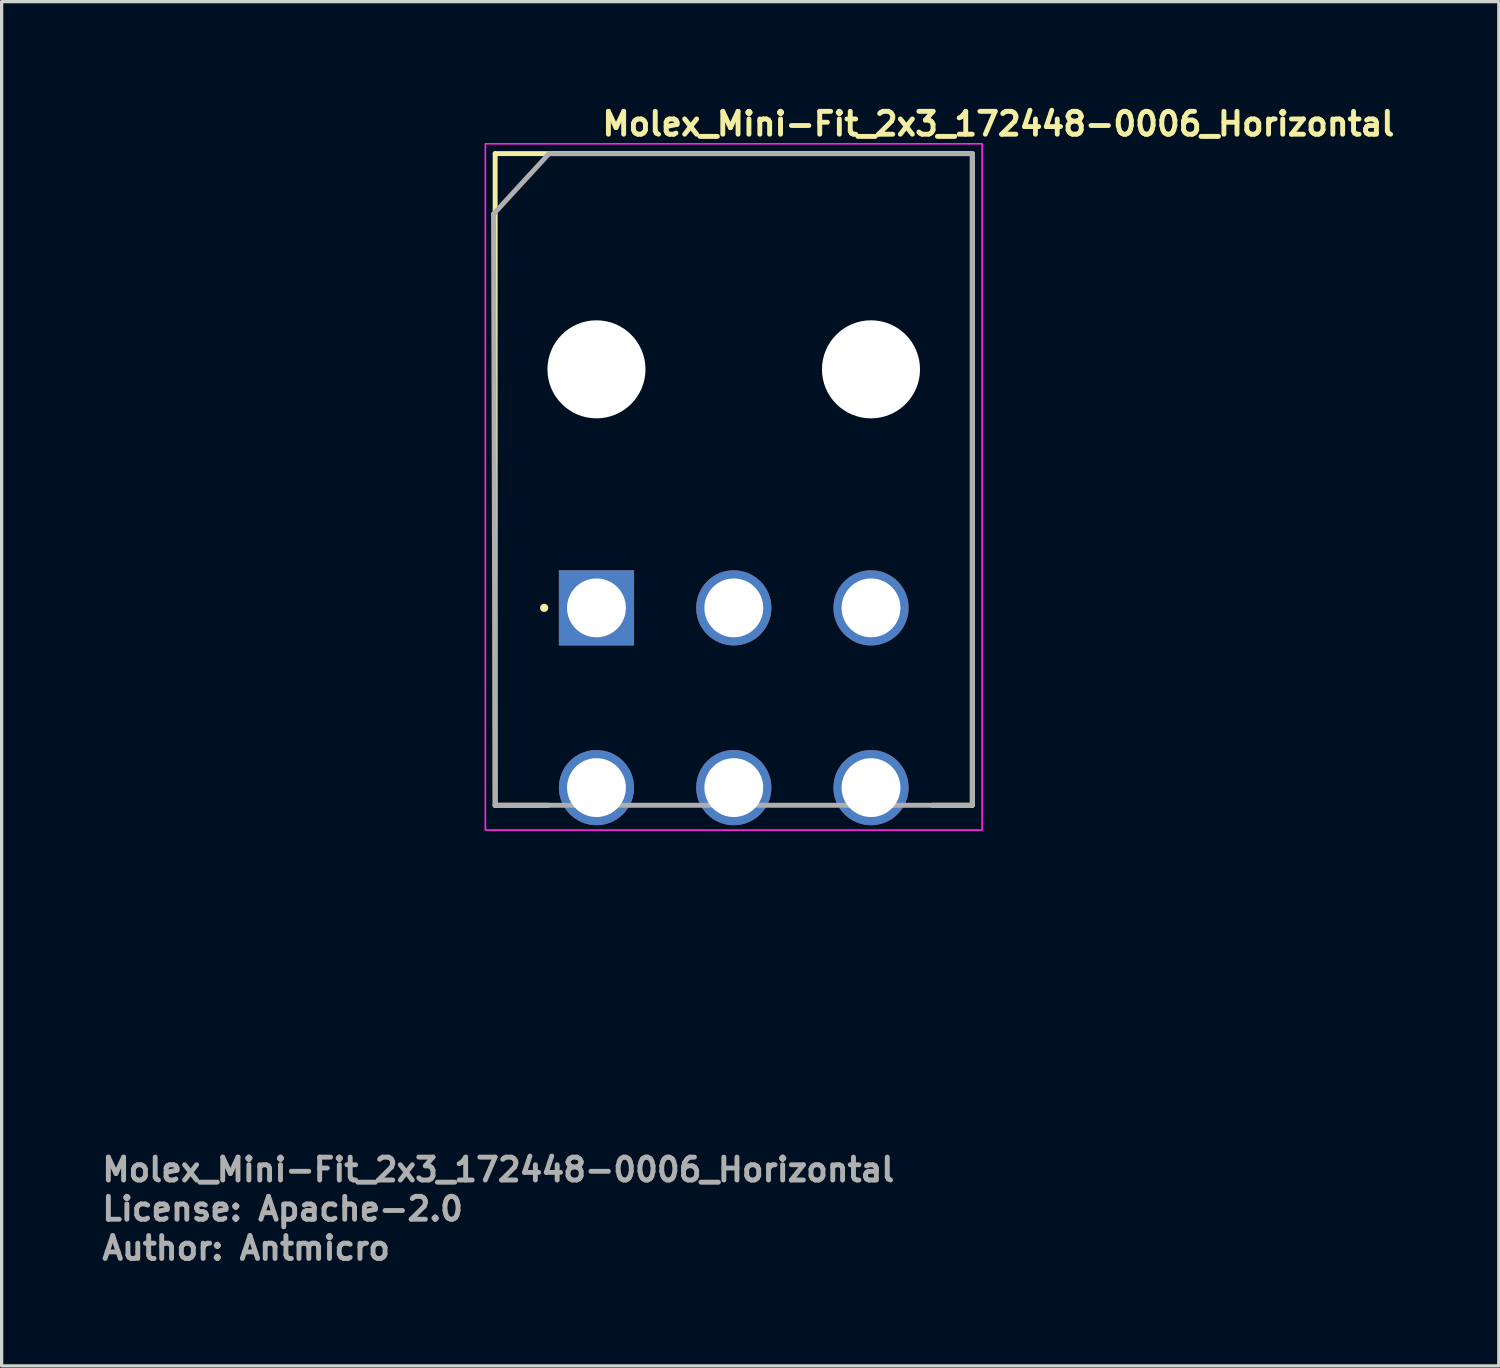
<source format=kicad_pcb>
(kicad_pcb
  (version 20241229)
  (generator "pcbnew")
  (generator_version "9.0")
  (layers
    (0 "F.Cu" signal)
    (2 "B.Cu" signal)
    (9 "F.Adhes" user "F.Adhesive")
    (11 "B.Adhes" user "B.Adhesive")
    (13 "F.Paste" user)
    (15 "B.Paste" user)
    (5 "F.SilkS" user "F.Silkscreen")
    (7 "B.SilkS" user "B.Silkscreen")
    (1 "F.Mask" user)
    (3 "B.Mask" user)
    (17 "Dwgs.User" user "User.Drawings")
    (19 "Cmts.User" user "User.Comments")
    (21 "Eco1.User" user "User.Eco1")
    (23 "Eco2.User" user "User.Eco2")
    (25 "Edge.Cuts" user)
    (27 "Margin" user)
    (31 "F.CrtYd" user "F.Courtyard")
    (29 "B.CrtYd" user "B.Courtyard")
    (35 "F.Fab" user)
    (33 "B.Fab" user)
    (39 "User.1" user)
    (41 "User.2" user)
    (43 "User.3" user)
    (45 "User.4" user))
  (footprint "Molex_Mini-Fit_2x3_172448-0006_Horizontal"
    (layer "F.Cu")
    (at 15.301 15.55)
    (property "Reference" "Molex_Mini-Fit_2x3_172448-0006_Horizontal" (at 0 -14.4 0) (layer "F.SilkS") (effects (font (size 0.7 0.7) (thickness 0.15)) (justify left bottom)))
    (attr through_hole)
    (fp_circle (center -0.1 -7.299) (end -0.888 -7.299) (stroke (width 1.576) (type solid)) (fill no) (layer "F.Mask"))
    (fp_circle (center 8.3 -7.299) (end 7.512 -7.299) (stroke (width 1.576) (type solid)) (fill no) (layer "F.Mask"))
    (fp_circle (center -0.1 -7.299) (end -0.888 -7.299) (stroke (width 1.576) (type solid)) (fill no) (layer "B.Mask"))
    (fp_circle (center 8.3 -7.299) (end 7.512 -7.299) (stroke (width 1.576) (type solid)) (fill no) (layer "B.Mask"))
    (fp_line (start -3.2 -13.9) (end 11.4 -13.9) (stroke (width 0.15) (type solid)) (layer "F.SilkS"))
    (fp_line (start -3.2 6.04) (end -3.2 -13.9) (stroke (width 0.15) (type solid)) (layer "F.SilkS"))
    (fp_line (start -3.2 6.04) (end -1.575 6.04) (stroke (width 0.15) (type solid)) (layer "F.SilkS"))
    (fp_line (start 11.4 -13.9) (end 11.4 6.04) (stroke (width 0.15) (type solid)) (layer "F.SilkS"))
    (fp_line (start 11.4 6.04) (end 10.176 6.04) (stroke (width 0.15) (type solid)) (layer "F.SilkS"))
    (fp_circle (center -1.7 0) (end -1.75 0) (stroke (width 0.15) (type solid)) (fill yes) (layer "F.SilkS"))
    (fp_rect (start 11.7 6.8) (end -3.5 -14.2) (stroke (width 0.05) (type solid)) (fill no) (layer "F.CrtYd"))
    (fp_line (start -3.25 -12.05) (end -1.55 -13.9) (stroke (width 0.15) (type solid)) (layer "F.Fab"))
    (fp_line (start -3.2 6.04) (end -3.25 -12.05) (stroke (width 0.15) (type solid)) (layer "F.Fab"))
    (fp_line (start -1.55 -13.9) (end 11.4 -13.9) (stroke (width 0.15) (type solid)) (layer "F.Fab"))
    (fp_line (start 11.4 -13.9) (end 11.4 6.04) (stroke (width 0.15) (type solid)) (layer "F.Fab"))
    (fp_line (start 11.4 6.04) (end -3.2 6.04) (stroke (width 0.15) (type solid)) (layer "F.Fab"))
    (fp_rect (start 11 6.035) (end -3.2 -13.9) (stroke (width 0.1) (type solid)) (fill no) (layer "User.5"))
    (fp_line (start -3.2 -13.9) (end -3.2 -1.1) (stroke (width 0.02) (type solid)) (layer "User.9"))
    (fp_line (start -3.082 -13.9) (end -3.2 -13.9) (stroke (width 0.02) (type solid)) (layer "User.9"))
    (fp_line (start -3.082 -13.9) (end -3.082 -13.9) (stroke (width 0.02) (type solid)) (layer "User.9"))
    (fp_line (start -3.082 -1.1) (end -3.2 -1.1) (stroke (width 0.02) (type solid)) (layer "User.9"))
    (fp_line (start -3.082 -1.1) (end -3.082 -1.1) (stroke (width 0.02) (type solid)) (layer "User.9"))
    (fp_line (start -2.8 -13.9) (end -3.082 -13.9) (stroke (width 0.02) (type solid)) (layer "User.9"))
    (fp_line (start -2.8 -13.9) (end -2.712 -13.9) (stroke (width 0.02) (type solid)) (layer "User.9"))
    (fp_line (start -2.8 -1.1) (end -3.082 -1.1) (stroke (width 0.02) (type solid)) (layer "User.9"))
    (fp_line (start -2.8 -1.1) (end -2.8 -13.9) (stroke (width 0.02) (type solid)) (layer "User.9"))
    (fp_line (start -2.712 -13.9) (end -2.712 -13.9) (stroke (width 0.02) (type solid)) (layer "User.9"))
    (fp_line (start -2.712 -13.9) (end -2.5 -13.9) (stroke (width 0.02) (type solid)) (layer "User.9"))
    (fp_line (start -2.712 -1.1) (end -2.8 -1.1) (stroke (width 0.02) (type solid)) (layer "User.9"))
    (fp_line (start -2.712 -1.1) (end -2.712 -1.1) (stroke (width 0.02) (type solid)) (layer "User.9"))
    (fp_line (start -2.5 -1.1) (end -2.712 -1.1) (stroke (width 0.02) (type solid)) (layer "User.9"))
    (fp_line (start -0.635 -1.1) (end -0.635 4.465) (stroke (width 0.02) (type solid)) (layer "User.9"))
    (fp_line (start -0.635 4.465) (end -0.635 4.983) (stroke (width 0.02) (type solid)) (layer "User.9"))
    (fp_line (start -0.635 4.983) (end -0.635 4.983) (stroke (width 0.02) (type solid)) (layer "User.9"))
    (fp_line (start -0.635 4.983) (end -0.635 5.146) (stroke (width 0.02) (type solid)) (layer "User.9"))
    (fp_line (start -0.635 5.146) (end -0.635 5.146) (stroke (width 0.02) (type solid)) (layer "User.9"))
    (fp_line (start -0.635 5.146) (end -0.635 5.3) (stroke (width 0.02) (type solid)) (layer "User.9"))
    (fp_line (start -0.635 5.3) (end -0.635 5.3) (stroke (width 0.02) (type solid)) (layer "User.9"))
    (fp_line (start -0.635 5.3) (end -0.635 5.443) (stroke (width 0.02) (type solid)) (layer "User.9"))
    (fp_line (start -0.635 5.443) (end -0.635 5.443) (stroke (width 0.02) (type solid)) (layer "User.9"))
    (fp_line (start -0.635 5.443) (end -0.635 5.575) (stroke (width 0.02) (type solid)) (layer "User.9"))
    (fp_line (start -0.635 5.575) (end -0.635 5.575) (stroke (width 0.02) (type solid)) (layer "User.9"))
    (fp_line (start -0.635 5.575) (end -0.635 5.692) (stroke (width 0.02) (type solid)) (layer "User.9"))
    (fp_line (start -0.635 5.692) (end -0.635 5.692) (stroke (width 0.02) (type solid)) (layer "User.9"))
    (fp_line (start -0.635 5.692) (end -0.635 5.794) (stroke (width 0.02) (type solid)) (layer "User.9"))
    (fp_line (start -0.635 5.794) (end -0.635 5.794) (stroke (width 0.02) (type solid)) (layer "User.9"))
    (fp_line (start -0.635 5.794) (end -0.635 5.879) (stroke (width 0.02) (type solid)) (layer "User.9"))
    (fp_line (start -0.635 5.879) (end -0.635 5.879) (stroke (width 0.02) (type solid)) (layer "User.9"))
    (fp_line (start -0.635 5.879) (end -0.635 5.946) (stroke (width 0.02) (type solid)) (layer "User.9"))
    (fp_line (start -0.635 5.946) (end -0.635 5.946) (stroke (width 0.02) (type solid)) (layer "User.9"))
    (fp_line (start -0.635 5.946) (end -0.635 5.995) (stroke (width 0.02) (type solid)) (layer "User.9"))
    (fp_line (start -0.635 5.995) (end -0.635 5.995) (stroke (width 0.02) (type solid)) (layer "User.9"))
    (fp_line (start -0.635 5.995) (end -0.635 6.025) (stroke (width 0.02) (type solid)) (layer "User.9"))
    (fp_line (start -0.635 6.025) (end -0.635 6.025) (stroke (width 0.02) (type solid)) (layer "User.9"))
    (fp_line (start -0.635 6.025) (end -0.635 6.035) (stroke (width 0.02) (type solid)) (layer "User.9"))
    (fp_line (start -0.635 6.035) (end 0.435 6.035) (stroke (width 0.02) (type solid)) (layer "User.9"))
    (fp_line (start 0.435 -1.1) (end 0.435 4.465) (stroke (width 0.02) (type solid)) (layer "User.9"))
    (fp_line (start 0.435 4.465) (end 0.435 4.983) (stroke (width 0.02) (type solid)) (layer "User.9"))
    (fp_line (start 0.435 4.983) (end 0.435 4.983) (stroke (width 0.02) (type solid)) (layer "User.9"))
    (fp_line (start 0.435 4.983) (end 0.435 5.146) (stroke (width 0.02) (type solid)) (layer "User.9"))
    (fp_line (start 0.435 5.146) (end 0.435 5.146) (stroke (width 0.02) (type solid)) (layer "User.9"))
    (fp_line (start 0.435 5.146) (end 0.435 5.3) (stroke (width 0.02) (type solid)) (layer "User.9"))
    (fp_line (start 0.435 5.3) (end 0.435 5.3) (stroke (width 0.02) (type solid)) (layer "User.9"))
    (fp_line (start 0.435 5.3) (end 0.435 5.443) (stroke (width 0.02) (type solid)) (layer "User.9"))
    (fp_line (start 0.435 5.443) (end 0.435 5.443) (stroke (width 0.02) (type solid)) (layer "User.9"))
    (fp_line (start 0.435 5.443) (end 0.435 5.575) (stroke (width 0.02) (type solid)) (layer "User.9"))
    (fp_line (start 0.435 5.575) (end 0.435 5.575) (stroke (width 0.02) (type solid)) (layer "User.9"))
    (fp_line (start 0.435 5.575) (end 0.435 5.692) (stroke (width 0.02) (type solid)) (layer "User.9"))
    (fp_line (start 0.435 5.692) (end 0.435 5.692) (stroke (width 0.02) (type solid)) (layer "User.9"))
    (fp_line (start 0.435 5.692) (end 0.435 5.794) (stroke (width 0.02) (type solid)) (layer "User.9"))
    (fp_line (start 0.435 5.794) (end 0.435 5.794) (stroke (width 0.02) (type solid)) (layer "User.9"))
    (fp_line (start 0.435 5.794) (end 0.435 5.879) (stroke (width 0.02) (type solid)) (layer "User.9"))
    (fp_line (start 0.435 5.879) (end 0.435 5.879) (stroke (width 0.02) (type solid)) (layer "User.9"))
    (fp_line (start 0.435 5.879) (end 0.435 5.946) (stroke (width 0.02) (type solid)) (layer "User.9"))
    (fp_line (start 0.435 5.946) (end 0.435 5.946) (stroke (width 0.02) (type solid)) (layer "User.9"))
    (fp_line (start 0.435 5.946) (end 0.435 5.995) (stroke (width 0.02) (type solid)) (layer "User.9"))
    (fp_line (start 0.435 5.995) (end 0.435 5.995) (stroke (width 0.02) (type solid)) (layer "User.9"))
    (fp_line (start 0.435 5.995) (end 0.435 6.025) (stroke (width 0.02) (type solid)) (layer "User.9"))
    (fp_line (start 0.435 6.025) (end 0.435 6.025) (stroke (width 0.02) (type solid)) (layer "User.9"))
    (fp_line (start 0.435 6.025) (end 0.435 6.035) (stroke (width 0.02) (type solid)) (layer "User.9"))
    (fp_line (start 2.4 -13.9) (end -2.5 -13.9) (stroke (width 0.02) (type solid)) (layer "User.9"))
    (fp_line (start 2.4 -11.55) (end 2.4 -13.9) (stroke (width 0.02) (type solid)) (layer "User.9"))
    (fp_line (start 2.4 -10.727) (end 2.4 -11.55) (stroke (width 0.02) (type solid)) (layer "User.9"))
    (fp_line (start 3.565 -1.1) (end 3.565 4.465) (stroke (width 0.02) (type solid)) (layer "User.9"))
    (fp_line (start 3.565 4.465) (end 3.565 4.983) (stroke (width 0.02) (type solid)) (layer "User.9"))
    (fp_line (start 3.565 4.983) (end 3.565 4.983) (stroke (width 0.02) (type solid)) (layer "User.9"))
    (fp_line (start 3.565 4.983) (end 3.565 5.146) (stroke (width 0.02) (type solid)) (layer "User.9"))
    (fp_line (start 3.565 5.146) (end 3.565 5.146) (stroke (width 0.02) (type solid)) (layer "User.9"))
    (fp_line (start 3.565 5.146) (end 3.565 5.3) (stroke (width 0.02) (type solid)) (layer "User.9"))
    (fp_line (start 3.565 5.3) (end 3.565 5.3) (stroke (width 0.02) (type solid)) (layer "User.9"))
    (fp_line (start 3.565 5.3) (end 3.565 5.443) (stroke (width 0.02) (type solid)) (layer "User.9"))
    (fp_line (start 3.565 5.443) (end 3.565 5.443) (stroke (width 0.02) (type solid)) (layer "User.9"))
    (fp_line (start 3.565 5.443) (end 3.565 5.575) (stroke (width 0.02) (type solid)) (layer "User.9"))
    (fp_line (start 3.565 5.575) (end 3.565 5.575) (stroke (width 0.02) (type solid)) (layer "User.9"))
    (fp_line (start 3.565 5.575) (end 3.565 5.692) (stroke (width 0.02) (type solid)) (layer "User.9"))
    (fp_line (start 3.565 5.692) (end 3.565 5.692) (stroke (width 0.02) (type solid)) (layer "User.9"))
    (fp_line (start 3.565 5.692) (end 3.565 5.794) (stroke (width 0.02) (type solid)) (layer "User.9"))
    (fp_line (start 3.565 5.794) (end 3.565 5.794) (stroke (width 0.02) (type solid)) (layer "User.9"))
    (fp_line (start 3.565 5.794) (end 3.565 5.879) (stroke (width 0.02) (type solid)) (layer "User.9"))
    (fp_line (start 3.565 5.879) (end 3.565 5.879) (stroke (width 0.02) (type solid)) (layer "User.9"))
    (fp_line (start 3.565 5.879) (end 3.565 5.946) (stroke (width 0.02) (type solid)) (layer "User.9"))
    (fp_line (start 3.565 5.946) (end 3.565 5.946) (stroke (width 0.02) (type solid)) (layer "User.9"))
    (fp_line (start 3.565 5.946) (end 3.565 5.995) (stroke (width 0.02) (type solid)) (layer "User.9"))
    (fp_line (start 3.565 5.995) (end 3.565 5.995) (stroke (width 0.02) (type solid)) (layer "User.9"))
    (fp_line (start 3.565 5.995) (end 3.565 6.025) (stroke (width 0.02) (type solid)) (layer "User.9"))
    (fp_line (start 3.565 6.025) (end 3.565 6.025) (stroke (width 0.02) (type solid)) (layer "User.9"))
    (fp_line (start 3.565 6.025) (end 3.565 6.035) (stroke (width 0.02) (type solid)) (layer "User.9"))
    (fp_line (start 3.565 6.035) (end 4.635 6.035) (stroke (width 0.02) (type solid)) (layer "User.9"))
    (fp_line (start 4.635 -1.1) (end 4.635 4.465) (stroke (width 0.02) (type solid)) (layer "User.9"))
    (fp_line (start 4.635 4.465) (end 4.635 4.983) (stroke (width 0.02) (type solid)) (layer "User.9"))
    (fp_line (start 4.635 4.983) (end 4.635 4.983) (stroke (width 0.02) (type solid)) (layer "User.9"))
    (fp_line (start 4.635 4.983) (end 4.635 5.146) (stroke (width 0.02) (type solid)) (layer "User.9"))
    (fp_line (start 4.635 5.146) (end 4.635 5.146) (stroke (width 0.02) (type solid)) (layer "User.9"))
    (fp_line (start 4.635 5.146) (end 4.635 5.3) (stroke (width 0.02) (type solid)) (layer "User.9"))
    (fp_line (start 4.635 5.3) (end 4.635 5.3) (stroke (width 0.02) (type solid)) (layer "User.9"))
    (fp_line (start 4.635 5.3) (end 4.635 5.443) (stroke (width 0.02) (type solid)) (layer "User.9"))
    (fp_line (start 4.635 5.443) (end 4.635 5.443) (stroke (width 0.02) (type solid)) (layer "User.9"))
    (fp_line (start 4.635 5.443) (end 4.635 5.575) (stroke (width 0.02) (type solid)) (layer "User.9"))
    (fp_line (start 4.635 5.575) (end 4.635 5.575) (stroke (width 0.02) (type solid)) (layer "User.9"))
    (fp_line (start 4.635 5.575) (end 4.635 5.692) (stroke (width 0.02) (type solid)) (layer "User.9"))
    (fp_line (start 4.635 5.692) (end 4.635 5.692) (stroke (width 0.02) (type solid)) (layer "User.9"))
    (fp_line (start 4.635 5.692) (end 4.635 5.794) (stroke (width 0.02) (type solid)) (layer "User.9"))
    (fp_line (start 4.635 5.794) (end 4.635 5.794) (stroke (width 0.02) (type solid)) (layer "User.9"))
    (fp_line (start 4.635 5.794) (end 4.635 5.879) (stroke (width 0.02) (type solid)) (layer "User.9"))
    (fp_line (start 4.635 5.879) (end 4.635 5.879) (stroke (width 0.02) (type solid)) (layer "User.9"))
    (fp_line (start 4.635 5.879) (end 4.635 5.946) (stroke (width 0.02) (type solid)) (layer "User.9"))
    (fp_line (start 4.635 5.946) (end 4.635 5.946) (stroke (width 0.02) (type solid)) (layer "User.9"))
    (fp_line (start 4.635 5.946) (end 4.635 5.995) (stroke (width 0.02) (type solid)) (layer "User.9"))
    (fp_line (start 4.635 5.995) (end 4.635 5.995) (stroke (width 0.02) (type solid)) (layer "User.9"))
    (fp_line (start 4.635 5.995) (end 4.635 6.025) (stroke (width 0.02) (type solid)) (layer "User.9"))
    (fp_line (start 4.635 6.025) (end 4.635 6.025) (stroke (width 0.02) (type solid)) (layer "User.9"))
    (fp_line (start 4.635 6.025) (end 4.635 6.035) (stroke (width 0.02) (type solid)) (layer "User.9"))
    (fp_line (start 5.8 -13.9) (end 2.4 -13.9) (stroke (width 0.02) (type solid)) (layer "User.9"))
    (fp_line (start 5.8 -11.55) (end 2.4 -11.55) (stroke (width 0.02) (type solid)) (layer "User.9"))
    (fp_line (start 5.8 -11.55) (end 5.8 -13.9) (stroke (width 0.02) (type solid)) (layer "User.9"))
    (fp_line (start 5.8 -10.727) (end 2.4 -10.727) (stroke (width 0.02) (type solid)) (layer "User.9"))
    (fp_line (start 5.8 -10.727) (end 5.8 -11.55) (stroke (width 0.02) (type solid)) (layer "User.9"))
    (fp_line (start 7.765 -1.1) (end 7.765 4.465) (stroke (width 0.02) (type solid)) (layer "User.9"))
    (fp_line (start 7.765 4.465) (end 7.765 4.983) (stroke (width 0.02) (type solid)) (layer "User.9"))
    (fp_line (start 7.765 4.983) (end 7.765 4.983) (stroke (width 0.02) (type solid)) (layer "User.9"))
    (fp_line (start 7.765 4.983) (end 7.765 5.146) (stroke (width 0.02) (type solid)) (layer "User.9"))
    (fp_line (start 7.765 5.146) (end 7.765 5.146) (stroke (width 0.02) (type solid)) (layer "User.9"))
    (fp_line (start 7.765 5.146) (end 7.765 5.3) (stroke (width 0.02) (type solid)) (layer "User.9"))
    (fp_line (start 7.765 5.3) (end 7.765 5.3) (stroke (width 0.02) (type solid)) (layer "User.9"))
    (fp_line (start 7.765 5.3) (end 7.765 5.443) (stroke (width 0.02) (type solid)) (layer "User.9"))
    (fp_line (start 7.765 5.443) (end 7.765 5.443) (stroke (width 0.02) (type solid)) (layer "User.9"))
    (fp_line (start 7.765 5.443) (end 7.765 5.575) (stroke (width 0.02) (type solid)) (layer "User.9"))
    (fp_line (start 7.765 5.575) (end 7.765 5.575) (stroke (width 0.02) (type solid)) (layer "User.9"))
    (fp_line (start 7.765 5.575) (end 7.765 5.692) (stroke (width 0.02) (type solid)) (layer "User.9"))
    (fp_line (start 7.765 5.692) (end 7.765 5.692) (stroke (width 0.02) (type solid)) (layer "User.9"))
    (fp_line (start 7.765 5.692) (end 7.765 5.794) (stroke (width 0.02) (type solid)) (layer "User.9"))
    (fp_line (start 7.765 5.794) (end 7.765 5.794) (stroke (width 0.02) (type solid)) (layer "User.9"))
    (fp_line (start 7.765 5.794) (end 7.765 5.879) (stroke (width 0.02) (type solid)) (layer "User.9"))
    (fp_line (start 7.765 5.879) (end 7.765 5.879) (stroke (width 0.02) (type solid)) (layer "User.9"))
    (fp_line (start 7.765 5.879) (end 7.765 5.946) (stroke (width 0.02) (type solid)) (layer "User.9"))
    (fp_line (start 7.765 5.946) (end 7.765 5.946) (stroke (width 0.02) (type solid)) (layer "User.9"))
    (fp_line (start 7.765 5.946) (end 7.765 5.995) (stroke (width 0.02) (type solid)) (layer "User.9"))
    (fp_line (start 7.765 5.995) (end 7.765 5.995) (stroke (width 0.02) (type solid)) (layer "User.9"))
    (fp_line (start 7.765 5.995) (end 7.765 6.025) (stroke (width 0.02) (type solid)) (layer "User.9"))
    (fp_line (start 7.765 6.025) (end 7.765 6.025) (stroke (width 0.02) (type solid)) (layer "User.9"))
    (fp_line (start 7.765 6.025) (end 7.765 6.035) (stroke (width 0.02) (type solid)) (layer "User.9"))
    (fp_line (start 7.765 6.035) (end 8.835 6.035) (stroke (width 0.02) (type solid)) (layer "User.9"))
    (fp_line (start 8.835 -1.1) (end 8.835 4.465) (stroke (width 0.02) (type solid)) (layer "User.9"))
    (fp_line (start 8.835 4.465) (end 8.835 4.983) (stroke (width 0.02) (type solid)) (layer "User.9"))
    (fp_line (start 8.835 4.983) (end 8.835 4.983) (stroke (width 0.02) (type solid)) (layer "User.9"))
    (fp_line (start 8.835 4.983) (end 8.835 5.146) (stroke (width 0.02) (type solid)) (layer "User.9"))
    (fp_line (start 8.835 5.146) (end 8.835 5.146) (stroke (width 0.02) (type solid)) (layer "User.9"))
    (fp_line (start 8.835 5.146) (end 8.835 5.3) (stroke (width 0.02) (type solid)) (layer "User.9"))
    (fp_line (start 8.835 5.3) (end 8.835 5.3) (stroke (width 0.02) (type solid)) (layer "User.9"))
    (fp_line (start 8.835 5.3) (end 8.835 5.443) (stroke (width 0.02) (type solid)) (layer "User.9"))
    (fp_line (start 8.835 5.443) (end 8.835 5.443) (stroke (width 0.02) (type solid)) (layer "User.9"))
    (fp_line (start 8.835 5.443) (end 8.835 5.575) (stroke (width 0.02) (type solid)) (layer "User.9"))
    (fp_line (start 8.835 5.575) (end 8.835 5.575) (stroke (width 0.02) (type solid)) (layer "User.9"))
    (fp_line (start 8.835 5.575) (end 8.835 5.692) (stroke (width 0.02) (type solid)) (layer "User.9"))
    (fp_line (start 8.835 5.692) (end 8.835 5.692) (stroke (width 0.02) (type solid)) (layer "User.9"))
    (fp_line (start 8.835 5.692) (end 8.835 5.794) (stroke (width 0.02) (type solid)) (layer "User.9"))
    (fp_line (start 8.835 5.794) (end 8.835 5.794) (stroke (width 0.02) (type solid)) (layer "User.9"))
    (fp_line (start 8.835 5.794) (end 8.835 5.879) (stroke (width 0.02) (type solid)) (layer "User.9"))
    (fp_line (start 8.835 5.879) (end 8.835 5.879) (stroke (width 0.02) (type solid)) (layer "User.9"))
    (fp_line (start 8.835 5.879) (end 8.835 5.946) (stroke (width 0.02) (type solid)) (layer "User.9"))
    (fp_line (start 8.835 5.946) (end 8.835 5.946) (stroke (width 0.02) (type solid)) (layer "User.9"))
    (fp_line (start 8.835 5.946) (end 8.835 5.995) (stroke (width 0.02) (type solid)) (layer "User.9"))
    (fp_line (start 8.835 5.995) (end 8.835 5.995) (stroke (width 0.02) (type solid)) (layer "User.9"))
    (fp_line (start 8.835 5.995) (end 8.835 6.025) (stroke (width 0.02) (type solid)) (layer "User.9"))
    (fp_line (start 8.835 6.025) (end 8.835 6.025) (stroke (width 0.02) (type solid)) (layer "User.9"))
    (fp_line (start 8.835 6.025) (end 8.835 6.035) (stroke (width 0.02) (type solid)) (layer "User.9"))
    (fp_line (start 10.7 -13.9) (end 5.8 -13.9) (stroke (width 0.02) (type solid)) (layer "User.9"))
    (fp_line (start 10.7 -13.9) (end 10.912 -13.9) (stroke (width 0.02) (type solid)) (layer "User.9"))
    (fp_line (start 10.7 -1.1) (end -2.5 -1.1) (stroke (width 0.02) (type solid)) (layer "User.9"))
    (fp_line (start 10.912 -13.9) (end 10.912 -13.9) (stroke (width 0.02) (type solid)) (layer "User.9"))
    (fp_line (start 10.912 -13.9) (end 11 -13.9) (stroke (width 0.02) (type solid)) (layer "User.9"))
    (fp_line (start 10.912 -1.1) (end 10.7 -1.1) (stroke (width 0.02) (type solid)) (layer "User.9"))
    (fp_line (start 10.912 -1.1) (end 10.912 -1.1) (stroke (width 0.02) (type solid)) (layer "User.9"))
    (fp_line (start 11 -1.1) (end 10.912 -1.1) (stroke (width 0.02) (type solid)) (layer "User.9"))
    (fp_line (start 11 -1.1) (end 11 -13.9) (stroke (width 0.02) (type solid)) (layer "User.9"))
    (fp_text user "${REFERENCE}" (at -15.301 17.6 0) (layer "F.Fab") (effects (font (size 0.7 0.7) (thickness 0.15)) (justify left bottom)))
    (fp_text user "License: Apache-2.0" (at -15.301 18.8 0) (layer "F.Fab") (effects (font (size 0.7 0.7) (thickness 0.15)) (justify left bottom)))
    (fp_text user "Author: Antmicro" (at -15.301 20 0) (layer "F.Fab") (effects (font (size 0.7 0.7) (thickness 0.15)) (justify left bottom)))
    (pad "" np_thru_hole circle (at -0.1 -7.299 180) (size 3 3) (drill 3) (layers "*.Cu" "*.Mask"))
    (pad "" np_thru_hole circle (at 8.3 -7.299 180) (size 3 3) (drill 3) (layers "*.Cu" "*.Mask"))
    (pad "1" thru_hole rect (at -0.1 0 180) (size 2.3 2.3) (drill 1.8) (layers "*.Cu" "*.Mask"))
    (pad "2" thru_hole circle (at 4.102 0 180) (size 2.3 2.3) (drill 1.8) (layers "*.Cu" "*.Mask"))
    (pad "3" thru_hole circle (at 8.301 0 180) (size 2.3 2.3) (drill 1.8) (layers "*.Cu" "*.Mask"))
    (pad "4" thru_hole circle (at 8.301 5.5 180) (size 2.3 2.3) (drill 1.8) (layers "*.Cu" "*.Mask"))
    (pad "5" thru_hole circle (at 4.102 5.5 180) (size 2.3 2.3) (drill 1.8) (layers "*.Cu" "*.Mask"))
    (pad "6" thru_hole circle (at -0.1 5.5 180) (size 2.3 2.3) (drill 1.8) (layers "*.Cu" "*.Mask")))
  (gr_rect
    (start -3 -3)
    (end 42.811 38.745)
    (stroke (width 0.1) (type default))
    (fill no)
    (layer "Edge.Cuts")))
</source>
